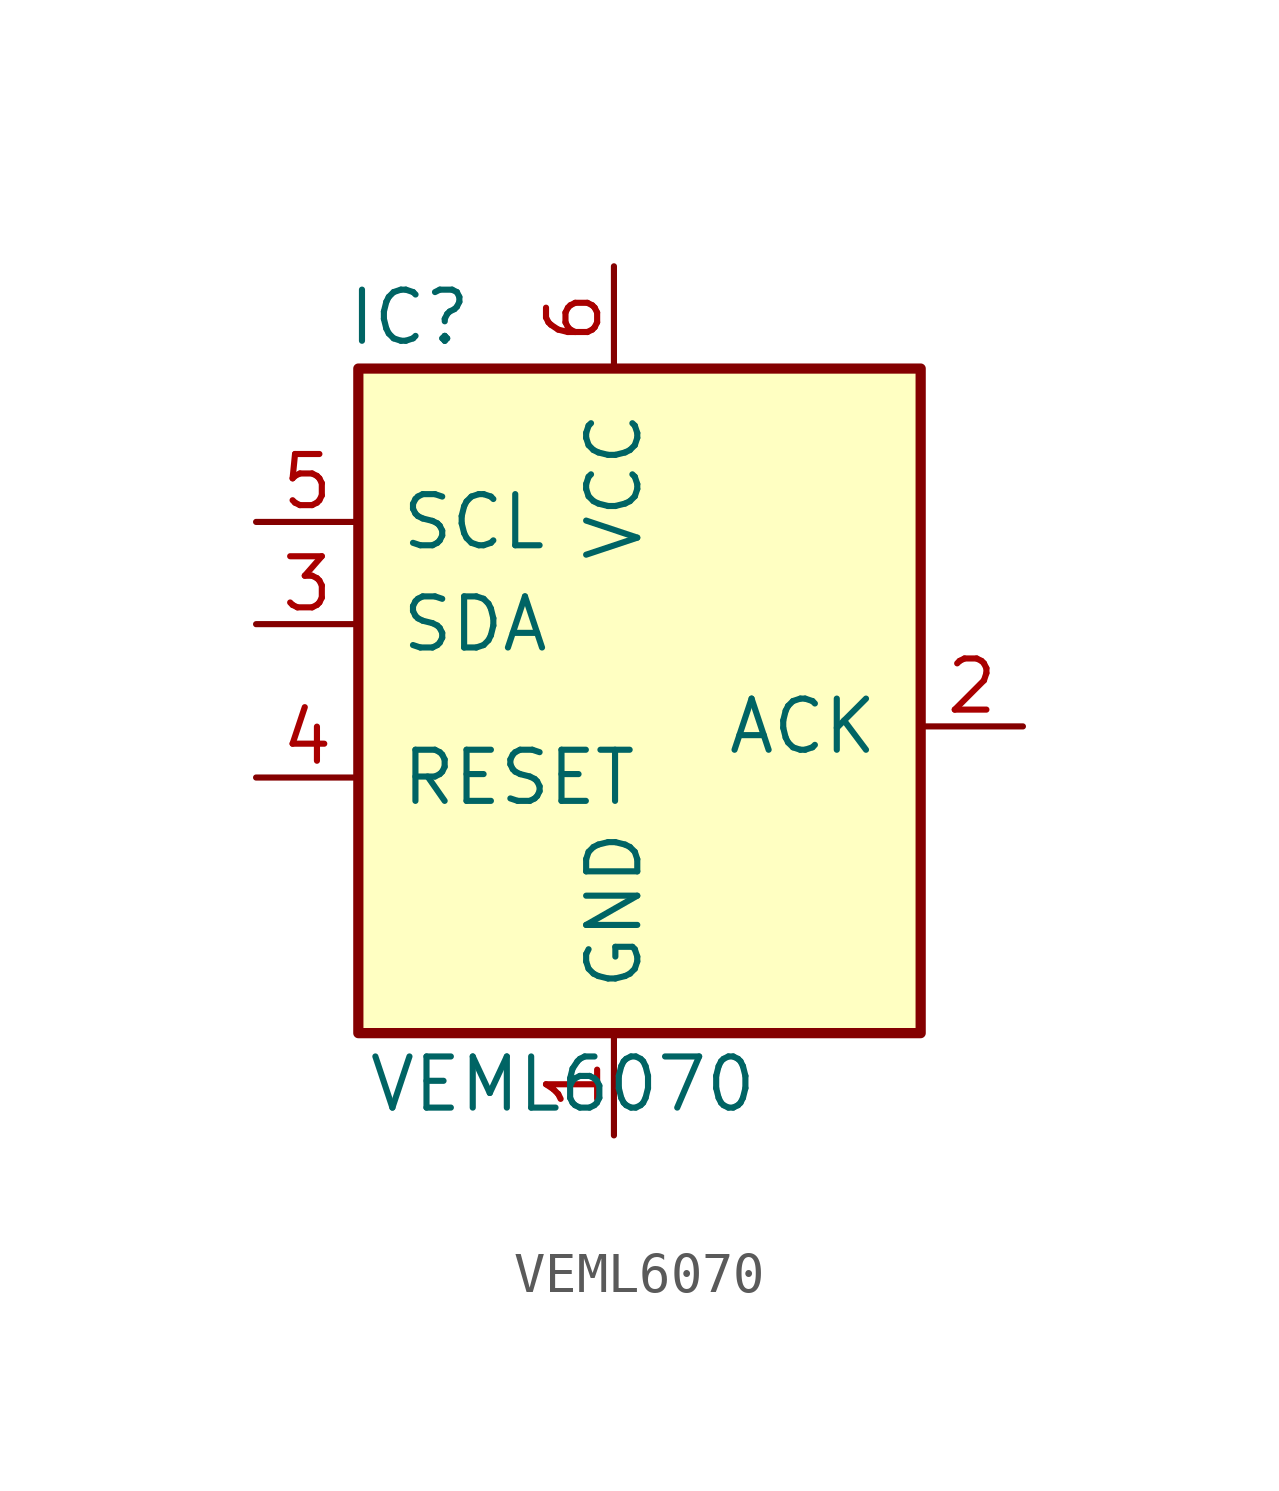
<source format=kicad_sym>
(kicad_symbol_lib
  (version 20211014)
  (generator kicad_symbol_editor)
  (symbol "VEML6070"
    (pin_names
      (offset 1.016))
    (property "Reference" "IC"
      (at -5.08 10.16 0)
      (effects (font (size 1.27 1.27))))
    (property "Value" "VEML6070"
      (at -1.27 -8.89 0)
      (effects (font (size 1.27 1.27))))
    (symbol "VEML6070_0_1"
      (rectangle (start -6.35 8.89) (end 7.62 -7.62) (stroke (width 0.254) (type default) (color 0 0 0 0)) (fill (type background))))
    (symbol "VEML6070_1_1"
      (pin power_in line (at 0 -10.16 90) (length 2.54) (name "GND" (effects (font (size 1.27 1.27)))) (number "1" (effects (font (size 1.27 1.27)))))
      (pin open_collector line (at 10.16 0 180) (length 2.54) (name "ACK" (effects (font (size 1.27 1.27)))) (number "2" (effects (font (size 1.27 1.27)))))
      (pin bidirectional line (at -8.89 2.54 0) (length 2.54) (name "SDA" (effects (font (size 1.27 1.27)))) (number "3" (effects (font (size 1.27 1.27)))))
      (pin input line (at -8.89 -1.27 0) (length 2.54) (name "RESET" (effects (font (size 1.27 1.27)))) (number "4" (effects (font (size 1.27 1.27)))))
      (pin bidirectional line (at -8.89 5.08 0) (length 2.54) (name "SCL" (effects (font (size 1.27 1.27)))) (number "5" (effects (font (size 1.27 1.27)))))
      (pin power_in line (at 0 11.43 270) (length 2.54) (name "VCC" (effects (font (size 1.27 1.27)))) (number "6" (effects (font (size 1.27 1.27))))))))
</source>
